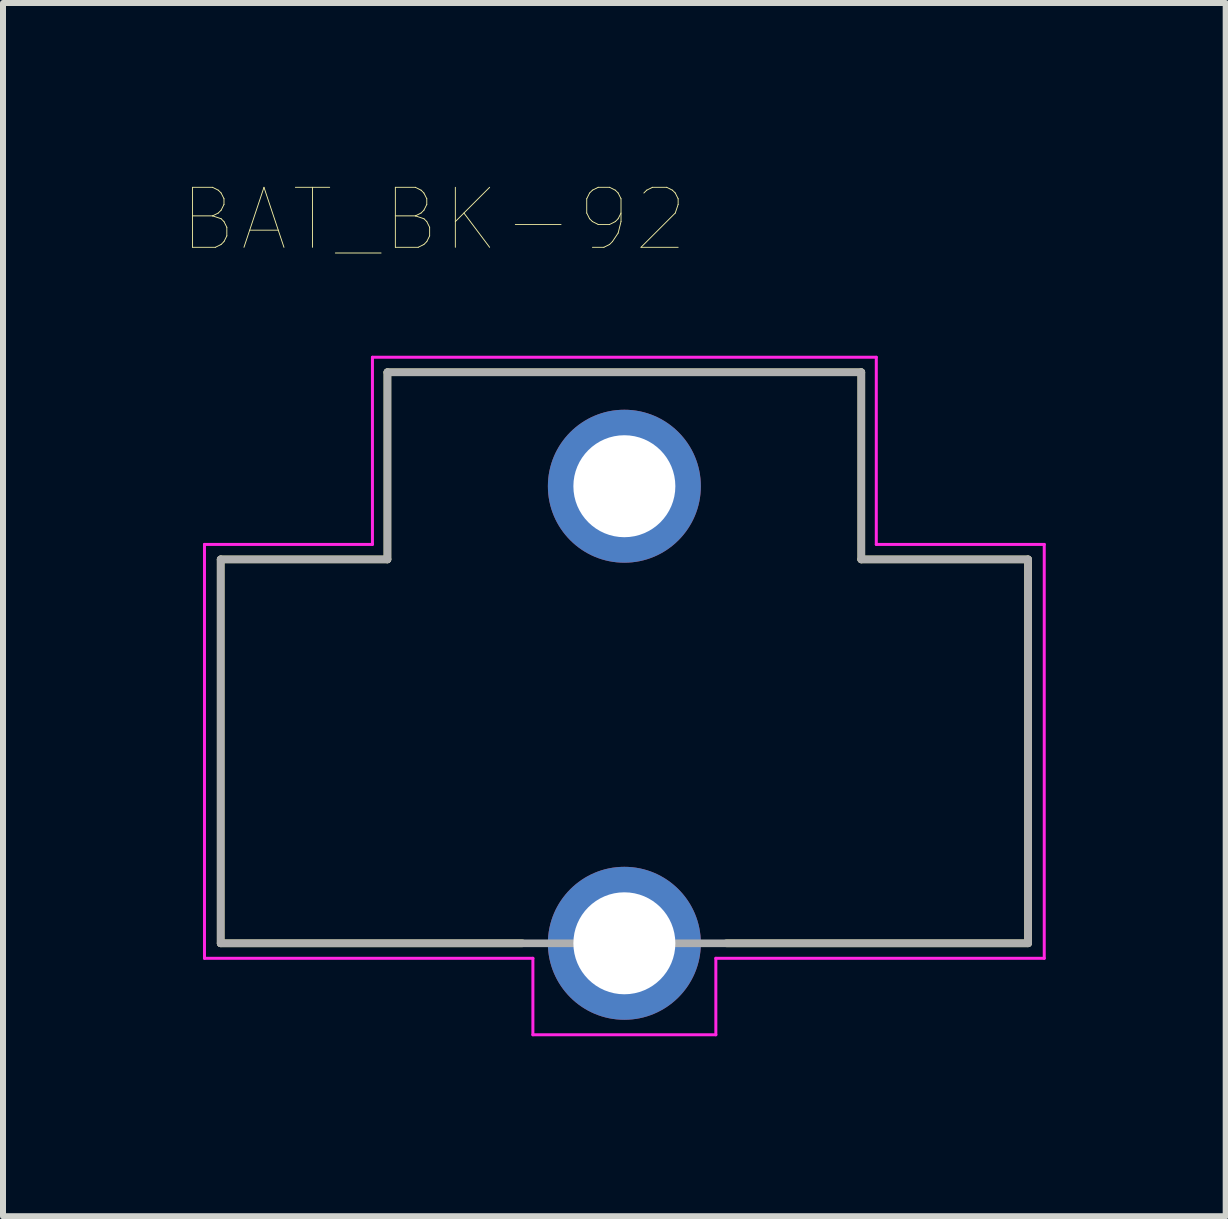
<source format=kicad_pcb>
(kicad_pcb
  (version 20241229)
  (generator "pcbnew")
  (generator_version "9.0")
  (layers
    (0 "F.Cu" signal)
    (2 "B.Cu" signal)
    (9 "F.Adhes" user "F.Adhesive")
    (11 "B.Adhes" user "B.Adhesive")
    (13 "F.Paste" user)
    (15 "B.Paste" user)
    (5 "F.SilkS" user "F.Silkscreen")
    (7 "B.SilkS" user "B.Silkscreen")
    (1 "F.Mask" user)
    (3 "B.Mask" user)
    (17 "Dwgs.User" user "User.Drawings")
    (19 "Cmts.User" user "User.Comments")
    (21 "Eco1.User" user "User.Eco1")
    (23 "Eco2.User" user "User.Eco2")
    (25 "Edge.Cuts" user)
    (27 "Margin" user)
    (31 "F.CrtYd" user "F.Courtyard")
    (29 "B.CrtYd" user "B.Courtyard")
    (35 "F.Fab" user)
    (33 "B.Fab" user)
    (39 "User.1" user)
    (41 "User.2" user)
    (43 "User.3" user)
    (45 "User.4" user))
  (footprint "BAT_BK-92"
    (layer "F.Cu")
    (at 7.359 8.866)
    (property "Reference" "BAT_BK-92" (at -3.175 -8.255 0) (layer "F.SilkS") (effects (font (size 1 1) (thickness 0.015))))
    (attr through_hole)
    (fp_line (start -6.73 -2.59) (end -3.95 -2.59) (stroke (width 0.127) (type solid)) (layer "F.SilkS"))
    (fp_line (start -6.73 3.81) (end -6.73 -2.59) (stroke (width 0.127) (type solid)) (layer "F.SilkS"))
    (fp_line (start -3.95 -5.71) (end 3.95 -5.71) (stroke (width 0.127) (type solid)) (layer "F.SilkS"))
    (fp_line (start -3.95 -2.59) (end -3.95 -5.71) (stroke (width 0.127) (type solid)) (layer "F.SilkS"))
    (fp_line (start -1.7 3.81) (end -6.73 3.81) (stroke (width 0.127) (type solid)) (layer "F.SilkS"))
    (fp_line (start 3.95 -2.59) (end 3.95 -5.71) (stroke (width 0.127) (type solid)) (layer "F.SilkS"))
    (fp_line (start 6.73 -2.59) (end 3.95 -2.59) (stroke (width 0.127) (type solid)) (layer "F.SilkS"))
    (fp_line (start 6.73 -2.59) (end 6.73 3.81) (stroke (width 0.127) (type solid)) (layer "F.SilkS"))
    (fp_line (start 6.73 3.81) (end 1.7 3.81) (stroke (width 0.127) (type solid)) (layer "F.SilkS"))
    (fp_line (start -7 -2.84) (end -4.2 -2.84) (stroke (width 0.05) (type solid)) (layer "F.CrtYd"))
    (fp_line (start -7 4.06) (end -7 -2.84) (stroke (width 0.05) (type solid)) (layer "F.CrtYd"))
    (fp_line (start -4.2 -5.96) (end 4.2 -5.96) (stroke (width 0.05) (type solid)) (layer "F.CrtYd"))
    (fp_line (start -4.2 -2.84) (end -4.2 -5.96) (stroke (width 0.05) (type solid)) (layer "F.CrtYd"))
    (fp_line (start -1.525 4.06) (end -7 4.06) (stroke (width 0.05) (type solid)) (layer "F.CrtYd"))
    (fp_line (start -1.525 5.335) (end -1.525 4.06) (stroke (width 0.05) (type solid)) (layer "F.CrtYd"))
    (fp_line (start 1.525 4.06) (end 1.525 5.335) (stroke (width 0.05) (type solid)) (layer "F.CrtYd"))
    (fp_line (start 1.525 5.335) (end -1.525 5.335) (stroke (width 0.05) (type solid)) (layer "F.CrtYd"))
    (fp_line (start 4.2 -5.96) (end 4.2 -2.84) (stroke (width 0.05) (type solid)) (layer "F.CrtYd"))
    (fp_line (start 4.2 -2.84) (end 7 -2.84) (stroke (width 0.05) (type solid)) (layer "F.CrtYd"))
    (fp_line (start 7 -2.84) (end 7 4.06) (stroke (width 0.05) (type solid)) (layer "F.CrtYd"))
    (fp_line (start 7 4.06) (end 1.525 4.06) (stroke (width 0.05) (type solid)) (layer "F.CrtYd"))
    (fp_line (start -6.73 -2.59) (end -3.95 -2.59) (stroke (width 0.127) (type solid)) (layer "F.Fab"))
    (fp_line (start -6.73 3.81) (end -6.73 -2.59) (stroke (width 0.127) (type solid)) (layer "F.Fab"))
    (fp_line (start -3.95 -5.71) (end 3.95 -5.71) (stroke (width 0.127) (type solid)) (layer "F.Fab"))
    (fp_line (start -3.95 -2.59) (end -3.95 -5.71) (stroke (width 0.127) (type solid)) (layer "F.Fab"))
    (fp_line (start 3.95 -2.59) (end 3.95 -5.71) (stroke (width 0.127) (type solid)) (layer "F.Fab"))
    (fp_line (start 6.73 -2.59) (end 3.95 -2.59) (stroke (width 0.127) (type solid)) (layer "F.Fab"))
    (fp_line (start 6.73 -2.59) (end 6.73 3.81) (stroke (width 0.127) (type solid)) (layer "F.Fab"))
    (fp_line (start 6.73 3.81) (end -6.73 3.81) (stroke (width 0.127) (type solid)) (layer "F.Fab"))
    (pad "1" thru_hole circle (at 0 -3.81) (size 2.55 2.55) (drill 1.7) (layers "*.Cu" "*.Mask"))
    (pad "2" thru_hole circle (at 0 3.81) (size 2.55 2.55) (drill 1.7) (layers "*.Cu" "*.Mask")))
  (gr_rect
    (start -3 -3)
    (end 17.384 17.226)
    (stroke (width 0.1) (type default))
    (fill no)
    (layer "Edge.Cuts")))
</source>
